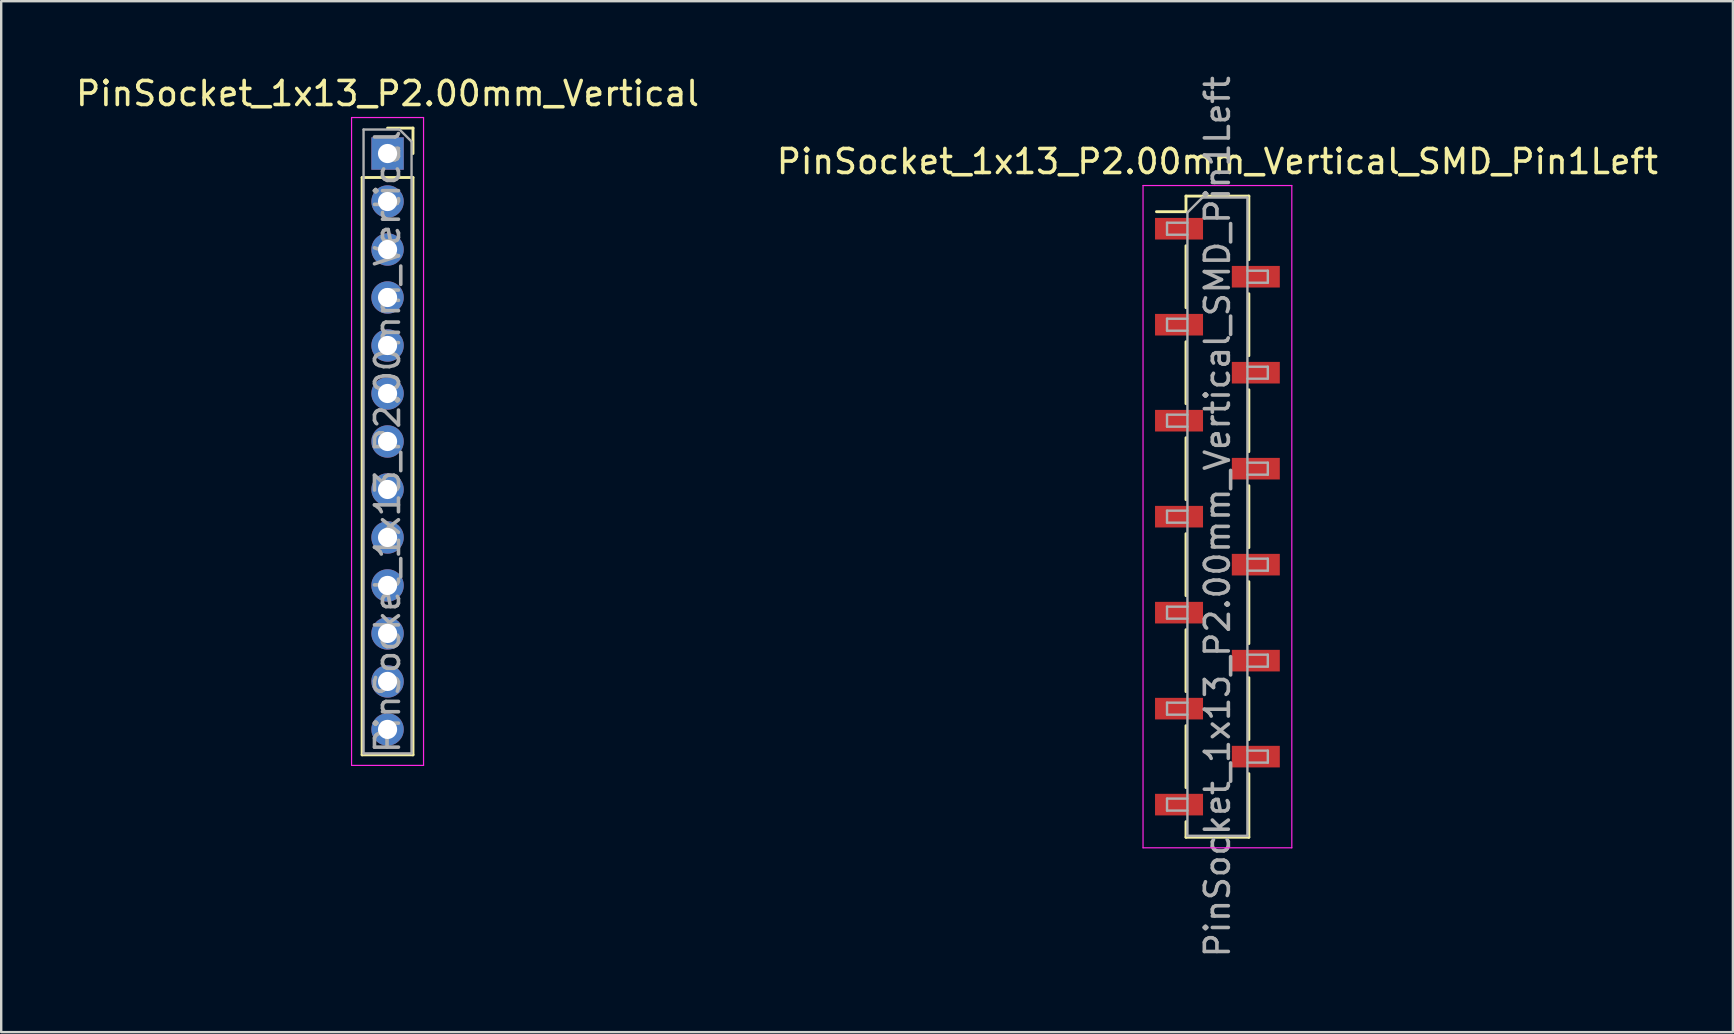
<source format=kicad_pcb>
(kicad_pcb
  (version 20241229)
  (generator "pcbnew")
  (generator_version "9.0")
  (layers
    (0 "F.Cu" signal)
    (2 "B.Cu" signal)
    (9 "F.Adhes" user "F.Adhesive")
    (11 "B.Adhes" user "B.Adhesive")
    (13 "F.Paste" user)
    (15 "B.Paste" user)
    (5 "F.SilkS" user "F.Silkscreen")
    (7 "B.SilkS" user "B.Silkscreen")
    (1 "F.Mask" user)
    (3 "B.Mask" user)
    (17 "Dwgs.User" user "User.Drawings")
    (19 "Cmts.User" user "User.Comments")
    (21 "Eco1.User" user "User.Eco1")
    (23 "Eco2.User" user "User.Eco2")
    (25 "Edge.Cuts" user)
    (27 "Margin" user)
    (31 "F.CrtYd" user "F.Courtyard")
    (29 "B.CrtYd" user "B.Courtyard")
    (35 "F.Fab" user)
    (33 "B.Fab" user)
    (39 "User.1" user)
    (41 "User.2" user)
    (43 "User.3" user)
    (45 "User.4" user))
  (footprint "PinSocket_1x13_P2.00mm_Vertical_SMD_Pin1Left"
    (layer "F.Cu")
    (at 47.685 18.482)
    (property "Reference" "PinSocket_1x13_P2.00mm_Vertical_SMD_Pin1Left" (at 0 -14.8 0) (layer "F.SilkS") (effects (font (size 1 1) (thickness 0.15))))
    (attr smd)
    (fp_line (start -2.54 -12.71) (end -1.31 -12.71) (stroke (width 0.12) (type solid)) (layer "F.SilkS"))
    (fp_line (start -1.31 -13.36) (end -1.31 -12.71) (stroke (width 0.12) (type solid)) (layer "F.SilkS"))
    (fp_line (start -1.31 -13.36) (end 1.31 -13.36) (stroke (width 0.12) (type solid)) (layer "F.SilkS"))
    (fp_line (start -1.31 -11.29) (end -1.31 -8.71) (stroke (width 0.12) (type solid)) (layer "F.SilkS"))
    (fp_line (start -1.31 -7.29) (end -1.31 -4.71) (stroke (width 0.12) (type solid)) (layer "F.SilkS"))
    (fp_line (start -1.31 -3.29) (end -1.31 -0.71) (stroke (width 0.12) (type solid)) (layer "F.SilkS"))
    (fp_line (start -1.31 0.71) (end -1.31 3.29) (stroke (width 0.12) (type solid)) (layer "F.SilkS"))
    (fp_line (start -1.31 4.71) (end -1.31 7.29) (stroke (width 0.12) (type solid)) (layer "F.SilkS"))
    (fp_line (start -1.31 8.71) (end -1.31 11.29) (stroke (width 0.12) (type solid)) (layer "F.SilkS"))
    (fp_line (start -1.31 12.71) (end -1.31 13.36) (stroke (width 0.12) (type solid)) (layer "F.SilkS"))
    (fp_line (start -1.31 13.36) (end 1.31 13.36) (stroke (width 0.12) (type solid)) (layer "F.SilkS"))
    (fp_line (start 1.31 -13.36) (end 1.31 -10.71) (stroke (width 0.12) (type solid)) (layer "F.SilkS"))
    (fp_line (start 1.31 -9.29) (end 1.31 -6.71) (stroke (width 0.12) (type solid)) (layer "F.SilkS"))
    (fp_line (start 1.31 -5.29) (end 1.31 -2.71) (stroke (width 0.12) (type solid)) (layer "F.SilkS"))
    (fp_line (start 1.31 -1.29) (end 1.31 1.29) (stroke (width 0.12) (type solid)) (layer "F.SilkS"))
    (fp_line (start 1.31 2.71) (end 1.31 5.29) (stroke (width 0.12) (type solid)) (layer "F.SilkS"))
    (fp_line (start 1.31 6.71) (end 1.31 9.29) (stroke (width 0.12) (type solid)) (layer "F.SilkS"))
    (fp_line (start 1.31 10.71) (end 1.31 13.36) (stroke (width 0.12) (type solid)) (layer "F.SilkS"))
    (fp_line (start -3.1 -13.8) (end 3.1 -13.8) (stroke (width 0.05) (type solid)) (layer "F.CrtYd"))
    (fp_line (start -3.1 13.8) (end -3.1 -13.8) (stroke (width 0.05) (type solid)) (layer "F.CrtYd"))
    (fp_line (start 3.1 -13.8) (end 3.1 13.8) (stroke (width 0.05) (type solid)) (layer "F.CrtYd"))
    (fp_line (start 3.1 13.8) (end -3.1 13.8) (stroke (width 0.05) (type solid)) (layer "F.CrtYd"))
    (fp_line (start -2.1 -12.25) (end -1.25 -12.25) (stroke (width 0.1) (type solid)) (layer "F.Fab"))
    (fp_line (start -2.1 -11.75) (end -2.1 -12.25) (stroke (width 0.1) (type solid)) (layer "F.Fab"))
    (fp_line (start -2.1 -8.25) (end -1.25 -8.25) (stroke (width 0.1) (type solid)) (layer "F.Fab"))
    (fp_line (start -2.1 -7.75) (end -2.1 -8.25) (stroke (width 0.1) (type solid)) (layer "F.Fab"))
    (fp_line (start -2.1 -4.25) (end -1.25 -4.25) (stroke (width 0.1) (type solid)) (layer "F.Fab"))
    (fp_line (start -2.1 -3.75) (end -2.1 -4.25) (stroke (width 0.1) (type solid)) (layer "F.Fab"))
    (fp_line (start -2.1 -0.25) (end -1.25 -0.25) (stroke (width 0.1) (type solid)) (layer "F.Fab"))
    (fp_line (start -2.1 0.25) (end -2.1 -0.25) (stroke (width 0.1) (type solid)) (layer "F.Fab"))
    (fp_line (start -2.1 3.75) (end -1.25 3.75) (stroke (width 0.1) (type solid)) (layer "F.Fab"))
    (fp_line (start -2.1 4.25) (end -2.1 3.75) (stroke (width 0.1) (type solid)) (layer "F.Fab"))
    (fp_line (start -2.1 7.75) (end -1.25 7.75) (stroke (width 0.1) (type solid)) (layer "F.Fab"))
    (fp_line (start -2.1 8.25) (end -2.1 7.75) (stroke (width 0.1) (type solid)) (layer "F.Fab"))
    (fp_line (start -2.1 11.75) (end -1.25 11.75) (stroke (width 0.1) (type solid)) (layer "F.Fab"))
    (fp_line (start -2.1 12.25) (end -2.1 11.75) (stroke (width 0.1) (type solid)) (layer "F.Fab"))
    (fp_line (start -1.25 -12.675) (end -0.625 -13.3) (stroke (width 0.1) (type solid)) (layer "F.Fab"))
    (fp_line (start -1.25 -11.75) (end -2.1 -11.75) (stroke (width 0.1) (type solid)) (layer "F.Fab"))
    (fp_line (start -1.25 -7.75) (end -2.1 -7.75) (stroke (width 0.1) (type solid)) (layer "F.Fab"))
    (fp_line (start -1.25 -3.75) (end -2.1 -3.75) (stroke (width 0.1) (type solid)) (layer "F.Fab"))
    (fp_line (start -1.25 0.25) (end -2.1 0.25) (stroke (width 0.1) (type solid)) (layer "F.Fab"))
    (fp_line (start -1.25 4.25) (end -2.1 4.25) (stroke (width 0.1) (type solid)) (layer "F.Fab"))
    (fp_line (start -1.25 8.25) (end -2.1 8.25) (stroke (width 0.1) (type solid)) (layer "F.Fab"))
    (fp_line (start -1.25 12.25) (end -2.1 12.25) (stroke (width 0.1) (type solid)) (layer "F.Fab"))
    (fp_line (start -1.25 13.3) (end -1.25 -12.675) (stroke (width 0.1) (type solid)) (layer "F.Fab"))
    (fp_line (start -0.625 -13.3) (end 1.25 -13.3) (stroke (width 0.1) (type solid)) (layer "F.Fab"))
    (fp_line (start 1.25 -13.3) (end 1.25 13.3) (stroke (width 0.1) (type solid)) (layer "F.Fab"))
    (fp_line (start 1.25 -10.25) (end 2.1 -10.25) (stroke (width 0.1) (type solid)) (layer "F.Fab"))
    (fp_line (start 1.25 -6.25) (end 2.1 -6.25) (stroke (width 0.1) (type solid)) (layer "F.Fab"))
    (fp_line (start 1.25 -2.25) (end 2.1 -2.25) (stroke (width 0.1) (type solid)) (layer "F.Fab"))
    (fp_line (start 1.25 1.75) (end 2.1 1.75) (stroke (width 0.1) (type solid)) (layer "F.Fab"))
    (fp_line (start 1.25 5.75) (end 2.1 5.75) (stroke (width 0.1) (type solid)) (layer "F.Fab"))
    (fp_line (start 1.25 9.75) (end 2.1 9.75) (stroke (width 0.1) (type solid)) (layer "F.Fab"))
    (fp_line (start 1.25 13.3) (end -1.25 13.3) (stroke (width 0.1) (type solid)) (layer "F.Fab"))
    (fp_line (start 2.1 -10.25) (end 2.1 -9.75) (stroke (width 0.1) (type solid)) (layer "F.Fab"))
    (fp_line (start 2.1 -9.75) (end 1.25 -9.75) (stroke (width 0.1) (type solid)) (layer "F.Fab"))
    (fp_line (start 2.1 -6.25) (end 2.1 -5.75) (stroke (width 0.1) (type solid)) (layer "F.Fab"))
    (fp_line (start 2.1 -5.75) (end 1.25 -5.75) (stroke (width 0.1) (type solid)) (layer "F.Fab"))
    (fp_line (start 2.1 -2.25) (end 2.1 -1.75) (stroke (width 0.1) (type solid)) (layer "F.Fab"))
    (fp_line (start 2.1 -1.75) (end 1.25 -1.75) (stroke (width 0.1) (type solid)) (layer "F.Fab"))
    (fp_line (start 2.1 1.75) (end 2.1 2.25) (stroke (width 0.1) (type solid)) (layer "F.Fab"))
    (fp_line (start 2.1 2.25) (end 1.25 2.25) (stroke (width 0.1) (type solid)) (layer "F.Fab"))
    (fp_line (start 2.1 5.75) (end 2.1 6.25) (stroke (width 0.1) (type solid)) (layer "F.Fab"))
    (fp_line (start 2.1 6.25) (end 1.25 6.25) (stroke (width 0.1) (type solid)) (layer "F.Fab"))
    (fp_line (start 2.1 9.75) (end 2.1 10.25) (stroke (width 0.1) (type solid)) (layer "F.Fab"))
    (fp_line (start 2.1 10.25) (end 1.25 10.25) (stroke (width 0.1) (type solid)) (layer "F.Fab"))
    (fp_text user "${REFERENCE}" (at 0 0 90) (layer "F.Fab") (effects (font (size 1 1) (thickness 0.15))))
    (pad "1" smd rect (at -1.6 -12) (size 2 0.9) (layers "F.Cu" "F.Mask" "F.Paste"))
    (pad "2" smd rect (at 1.6 -10) (size 2 0.9) (layers "F.Cu" "F.Mask" "F.Paste"))
    (pad "3" smd rect (at -1.6 -8) (size 2 0.9) (layers "F.Cu" "F.Mask" "F.Paste"))
    (pad "4" smd rect (at 1.6 -6) (size 2 0.9) (layers "F.Cu" "F.Mask" "F.Paste"))
    (pad "5" smd rect (at -1.6 -4) (size 2 0.9) (layers "F.Cu" "F.Mask" "F.Paste"))
    (pad "6" smd rect (at 1.6 -2) (size 2 0.9) (layers "F.Cu" "F.Mask" "F.Paste"))
    (pad "7" smd rect (at -1.6 0) (size 2 0.9) (layers "F.Cu" "F.Mask" "F.Paste"))
    (pad "8" smd rect (at 1.6 2) (size 2 0.9) (layers "F.Cu" "F.Mask" "F.Paste"))
    (pad "9" smd rect (at -1.6 4) (size 2 0.9) (layers "F.Cu" "F.Mask" "F.Paste"))
    (pad "10" smd rect (at 1.6 6) (size 2 0.9) (layers "F.Cu" "F.Mask" "F.Paste"))
    (pad "11" smd rect (at -1.6 8) (size 2 0.9) (layers "F.Cu" "F.Mask" "F.Paste"))
    (pad "12" smd rect (at 1.6 10) (size 2 0.9) (layers "F.Cu" "F.Mask" "F.Paste"))
    (pad "13" smd rect (at -1.6 12) (size 2 0.9) (layers "F.Cu" "F.Mask" "F.Paste")))
  (footprint "PinSocket_1x13_P2.00mm_Vertical"
    (layer "F.Cu")
    (at 13.101 3.348)
    (property "Reference" "PinSocket_1x13_P2.00mm_Vertical" (at 0 -2.5 0) (layer "F.SilkS") (effects (font (size 1 1) (thickness 0.15))))
    (attr through_hole)
    (fp_line (start -1.06 1) (end -1.06 25.06) (stroke (width 0.12) (type solid)) (layer "F.SilkS"))
    (fp_line (start -1.06 1) (end 1.06 1) (stroke (width 0.12) (type solid)) (layer "F.SilkS"))
    (fp_line (start -1.06 25.06) (end 1.06 25.06) (stroke (width 0.12) (type solid)) (layer "F.SilkS"))
    (fp_line (start 0 -1.06) (end 1.06 -1.06) (stroke (width 0.12) (type solid)) (layer "F.SilkS"))
    (fp_line (start 1.06 -1.06) (end 1.06 0) (stroke (width 0.12) (type solid)) (layer "F.SilkS"))
    (fp_line (start 1.06 1) (end 1.06 25.06) (stroke (width 0.12) (type solid)) (layer "F.SilkS"))
    (fp_line (start -1.5 -1.5) (end 1.5 -1.5) (stroke (width 0.05) (type solid)) (layer "F.CrtYd"))
    (fp_line (start -1.5 25.5) (end -1.5 -1.5) (stroke (width 0.05) (type solid)) (layer "F.CrtYd"))
    (fp_line (start 1.5 -1.5) (end 1.5 25.5) (stroke (width 0.05) (type solid)) (layer "F.CrtYd"))
    (fp_line (start 1.5 25.5) (end -1.5 25.5) (stroke (width 0.05) (type solid)) (layer "F.CrtYd"))
    (fp_line (start -1 -1) (end 0.5 -1) (stroke (width 0.1) (type solid)) (layer "F.Fab"))
    (fp_line (start -1 25) (end -1 -1) (stroke (width 0.1) (type solid)) (layer "F.Fab"))
    (fp_line (start 0.5 -1) (end 1 -0.5) (stroke (width 0.1) (type solid)) (layer "F.Fab"))
    (fp_line (start 1 -0.5) (end 1 25) (stroke (width 0.1) (type solid)) (layer "F.Fab"))
    (fp_line (start 1 25) (end -1 25) (stroke (width 0.1) (type solid)) (layer "F.Fab"))
    (fp_text user "${REFERENCE}" (at 0 12 90) (layer "F.Fab") (effects (font (size 1 1) (thickness 0.15))))
    (pad "1" thru_hole rect (at 0 0) (size 1.35 1.35) (drill 0.8) (layers "*.Cu" "*.Mask"))
    (pad "2" thru_hole circle (at 0 2) (size 1.35 1.35) (drill 0.8) (layers "*.Cu" "*.Mask"))
    (pad "3" thru_hole circle (at 0 4) (size 1.35 1.35) (drill 0.8) (layers "*.Cu" "*.Mask"))
    (pad "4" thru_hole circle (at 0 6) (size 1.35 1.35) (drill 0.8) (layers "*.Cu" "*.Mask"))
    (pad "5" thru_hole circle (at 0 8) (size 1.35 1.35) (drill 0.8) (layers "*.Cu" "*.Mask"))
    (pad "6" thru_hole circle (at 0 10) (size 1.35 1.35) (drill 0.8) (layers "*.Cu" "*.Mask"))
    (pad "7" thru_hole circle (at 0 12) (size 1.35 1.35) (drill 0.8) (layers "*.Cu" "*.Mask"))
    (pad "8" thru_hole circle (at 0 14) (size 1.35 1.35) (drill 0.8) (layers "*.Cu" "*.Mask"))
    (pad "9" thru_hole circle (at 0 16) (size 1.35 1.35) (drill 0.8) (layers "*.Cu" "*.Mask"))
    (pad "10" thru_hole circle (at 0 18) (size 1.35 1.35) (drill 0.8) (layers "*.Cu" "*.Mask"))
    (pad "11" thru_hole circle (at 0 20) (size 1.35 1.35) (drill 0.8) (layers "*.Cu" "*.Mask"))
    (pad "12" thru_hole circle (at 0 22) (size 1.35 1.35) (drill 0.8) (layers "*.Cu" "*.Mask"))
    (pad "13" thru_hole circle (at 0 24) (size 1.35 1.35) (drill 0.8) (layers "*.Cu" "*.Mask")))
  (gr_rect
    (start -3 -3)
    (end 69.167 39.964)
    (stroke (width 0.1) (type default))
    (fill no)
    (layer "Edge.Cuts")))
</source>
